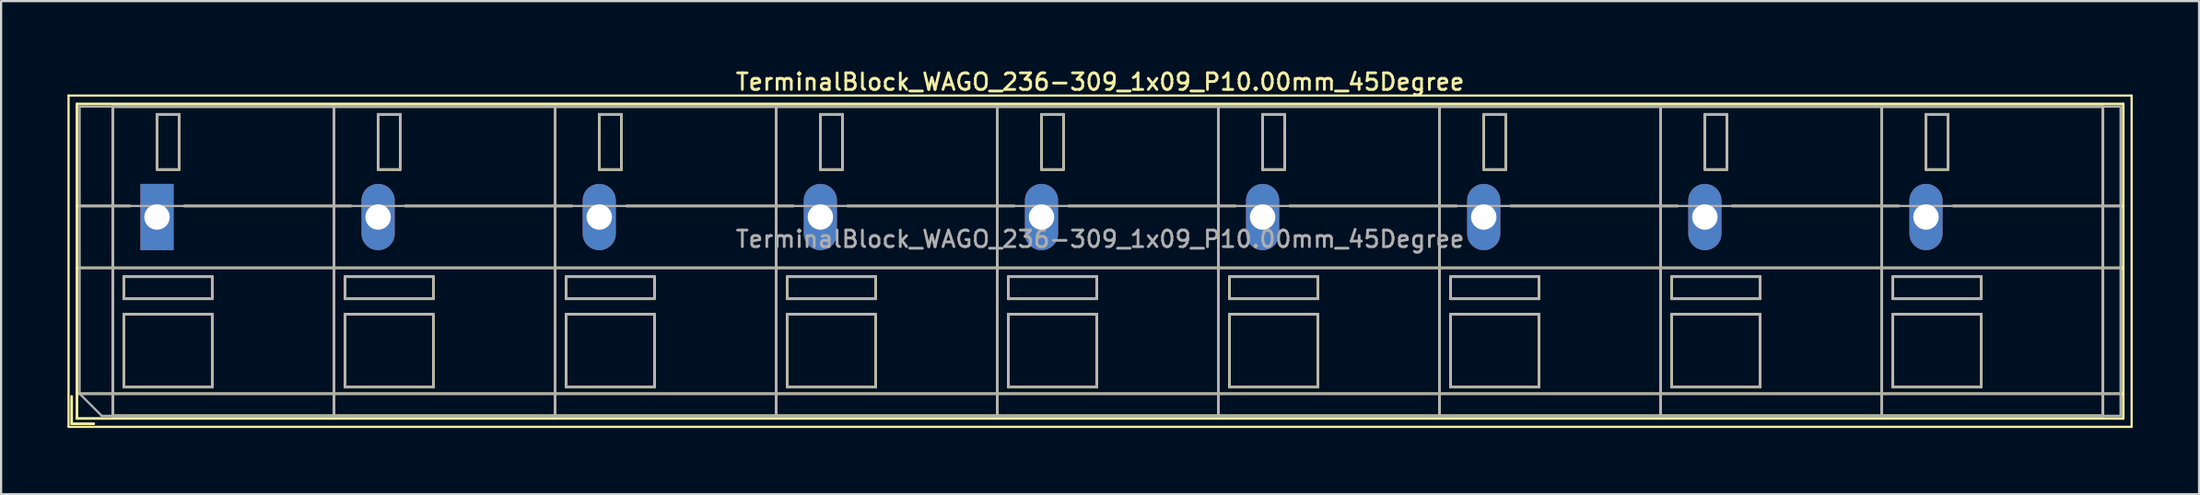
<source format=kicad_pcb>
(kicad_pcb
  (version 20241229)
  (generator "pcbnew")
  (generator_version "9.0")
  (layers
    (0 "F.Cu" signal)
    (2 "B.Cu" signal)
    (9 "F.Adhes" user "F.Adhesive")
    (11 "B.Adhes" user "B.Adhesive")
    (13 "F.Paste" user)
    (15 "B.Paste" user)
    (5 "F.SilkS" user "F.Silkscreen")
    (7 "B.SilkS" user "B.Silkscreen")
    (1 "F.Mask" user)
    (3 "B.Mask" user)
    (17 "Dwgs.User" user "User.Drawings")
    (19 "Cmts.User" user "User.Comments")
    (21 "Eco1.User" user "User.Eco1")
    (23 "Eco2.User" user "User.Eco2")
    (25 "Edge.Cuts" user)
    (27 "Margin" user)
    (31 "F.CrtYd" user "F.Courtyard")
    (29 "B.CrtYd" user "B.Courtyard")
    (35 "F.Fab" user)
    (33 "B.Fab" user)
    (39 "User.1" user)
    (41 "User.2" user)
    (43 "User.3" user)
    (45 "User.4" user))
  (footprint "TerminalBlock_WAGO_236-309_1x09_P10.00mm_45Degree"
    (layer "F.Cu")
    (at 4.05 6.778)
    (property "Reference" "TerminalBlock_WAGO_236-309_1x09_P10.00mm_45Degree" (at 42.65 -6.12 0) (layer "F.SilkS") (effects (font (size 0.75 0.75) (thickness 0.125))))
    (attr through_hole)
    (fp_line (start -4 -5.5) (end -4 9.5) (stroke (width 0.1) (type solid)) (layer "F.SilkS"))
    (fp_line (start -4 9.5) (end 89.3 9.5) (stroke (width 0.1) (type solid)) (layer "F.SilkS"))
    (fp_line (start -3.86 8.12) (end -3.86 9.36) (stroke (width 0.12) (type solid)) (layer "F.SilkS"))
    (fp_line (start -3.86 9.36) (end -2.86 9.36) (stroke (width 0.12) (type solid)) (layer "F.SilkS"))
    (fp_line (start -3.62 -5.12) (end -3.62 9.12) (stroke (width 0.12) (type solid)) (layer "F.SilkS"))
    (fp_line (start -3.62 -5.12) (end 88.92 -5.12) (stroke (width 0.12) (type solid)) (layer "F.SilkS"))
    (fp_line (start -3.62 -0.5) (end -1.23 -0.5) (stroke (width 0.12) (type solid)) (layer "F.SilkS"))
    (fp_line (start -3.62 2.3) (end 88.92 2.3) (stroke (width 0.12) (type solid)) (layer "F.SilkS"))
    (fp_line (start -3.62 8) (end 88.92 8) (stroke (width 0.12) (type solid)) (layer "F.SilkS"))
    (fp_line (start -3.62 9.12) (end 88.92 9.12) (stroke (width 0.12) (type solid)) (layer "F.SilkS"))
    (fp_line (start -2 -5) (end -2 9) (stroke (width 0.12) (type solid)) (layer "F.SilkS"))
    (fp_line (start -2 -5) (end 8 -5) (stroke (width 0.12) (type solid)) (layer "F.SilkS"))
    (fp_line (start -2 9) (end 8 9) (stroke (width 0.12) (type solid)) (layer "F.SilkS"))
    (fp_line (start -1.5 2.7) (end -1.5 3.7) (stroke (width 0.12) (type solid)) (layer "F.SilkS"))
    (fp_line (start -1.5 2.7) (end 2.5 2.7) (stroke (width 0.12) (type solid)) (layer "F.SilkS"))
    (fp_line (start -1.5 3.7) (end 2.5 3.7) (stroke (width 0.12) (type solid)) (layer "F.SilkS"))
    (fp_line (start -1.5 4.4) (end -1.5 7.7) (stroke (width 0.12) (type solid)) (layer "F.SilkS"))
    (fp_line (start -1.5 4.4) (end 2.5 4.4) (stroke (width 0.12) (type solid)) (layer "F.SilkS"))
    (fp_line (start -1.5 7.7) (end 2.5 7.7) (stroke (width 0.12) (type solid)) (layer "F.SilkS"))
    (fp_line (start 0 -4.65) (end 0 -2.151) (stroke (width 0.12) (type solid)) (layer "F.SilkS"))
    (fp_line (start 0 -4.65) (end 1 -4.65) (stroke (width 0.12) (type solid)) (layer "F.SilkS"))
    (fp_line (start 0 -2.151) (end 1 -2.151) (stroke (width 0.12) (type solid)) (layer "F.SilkS"))
    (fp_line (start 1 -4.65) (end 1 -2.151) (stroke (width 0.12) (type solid)) (layer "F.SilkS"))
    (fp_line (start 1.23 -0.5) (end 8.77 -0.5) (stroke (width 0.12) (type solid)) (layer "F.SilkS"))
    (fp_line (start 2.5 2.7) (end 2.5 3.7) (stroke (width 0.12) (type solid)) (layer "F.SilkS"))
    (fp_line (start 2.5 4.4) (end 2.5 7.7) (stroke (width 0.12) (type solid)) (layer "F.SilkS"))
    (fp_line (start 8 -5) (end 8 9) (stroke (width 0.12) (type solid)) (layer "F.SilkS"))
    (fp_line (start 8 -5) (end 8 9) (stroke (width 0.12) (type solid)) (layer "F.SilkS"))
    (fp_line (start 8 -5) (end 18 -5) (stroke (width 0.12) (type solid)) (layer "F.SilkS"))
    (fp_line (start 8 9) (end 18 9) (stroke (width 0.12) (type solid)) (layer "F.SilkS"))
    (fp_line (start 8.5 2.7) (end 8.5 3.7) (stroke (width 0.12) (type solid)) (layer "F.SilkS"))
    (fp_line (start 8.5 2.7) (end 12.5 2.7) (stroke (width 0.12) (type solid)) (layer "F.SilkS"))
    (fp_line (start 8.5 3.7) (end 12.5 3.7) (stroke (width 0.12) (type solid)) (layer "F.SilkS"))
    (fp_line (start 8.5 4.4) (end 8.5 7.7) (stroke (width 0.12) (type solid)) (layer "F.SilkS"))
    (fp_line (start 8.5 4.4) (end 12.5 4.4) (stroke (width 0.12) (type solid)) (layer "F.SilkS"))
    (fp_line (start 8.5 7.7) (end 12.5 7.7) (stroke (width 0.12) (type solid)) (layer "F.SilkS"))
    (fp_line (start 10 -4.65) (end 10 -2.151) (stroke (width 0.12) (type solid)) (layer "F.SilkS"))
    (fp_line (start 10 -4.65) (end 11 -4.65) (stroke (width 0.12) (type solid)) (layer "F.SilkS"))
    (fp_line (start 10 -2.151) (end 11 -2.151) (stroke (width 0.12) (type solid)) (layer "F.SilkS"))
    (fp_line (start 11 -4.65) (end 11 -2.151) (stroke (width 0.12) (type solid)) (layer "F.SilkS"))
    (fp_line (start 11.23 -0.5) (end 18.77 -0.5) (stroke (width 0.12) (type solid)) (layer "F.SilkS"))
    (fp_line (start 12.5 2.7) (end 12.5 3.7) (stroke (width 0.12) (type solid)) (layer "F.SilkS"))
    (fp_line (start 12.5 4.4) (end 12.5 7.7) (stroke (width 0.12) (type solid)) (layer "F.SilkS"))
    (fp_line (start 18 -5) (end 18 9) (stroke (width 0.12) (type solid)) (layer "F.SilkS"))
    (fp_line (start 18 -5) (end 18 9) (stroke (width 0.12) (type solid)) (layer "F.SilkS"))
    (fp_line (start 18 -5) (end 28 -5) (stroke (width 0.12) (type solid)) (layer "F.SilkS"))
    (fp_line (start 18 9) (end 28 9) (stroke (width 0.12) (type solid)) (layer "F.SilkS"))
    (fp_line (start 18.5 2.7) (end 18.5 3.7) (stroke (width 0.12) (type solid)) (layer "F.SilkS"))
    (fp_line (start 18.5 2.7) (end 22.5 2.7) (stroke (width 0.12) (type solid)) (layer "F.SilkS"))
    (fp_line (start 18.5 3.7) (end 22.5 3.7) (stroke (width 0.12) (type solid)) (layer "F.SilkS"))
    (fp_line (start 18.5 4.4) (end 18.5 7.7) (stroke (width 0.12) (type solid)) (layer "F.SilkS"))
    (fp_line (start 18.5 4.4) (end 22.5 4.4) (stroke (width 0.12) (type solid)) (layer "F.SilkS"))
    (fp_line (start 18.5 7.7) (end 22.5 7.7) (stroke (width 0.12) (type solid)) (layer "F.SilkS"))
    (fp_line (start 20 -4.65) (end 20 -2.151) (stroke (width 0.12) (type solid)) (layer "F.SilkS"))
    (fp_line (start 20 -4.65) (end 21 -4.65) (stroke (width 0.12) (type solid)) (layer "F.SilkS"))
    (fp_line (start 20 -2.151) (end 21 -2.151) (stroke (width 0.12) (type solid)) (layer "F.SilkS"))
    (fp_line (start 21 -4.65) (end 21 -2.151) (stroke (width 0.12) (type solid)) (layer "F.SilkS"))
    (fp_line (start 21.23 -0.5) (end 28.77 -0.5) (stroke (width 0.12) (type solid)) (layer "F.SilkS"))
    (fp_line (start 22.5 2.7) (end 22.5 3.7) (stroke (width 0.12) (type solid)) (layer "F.SilkS"))
    (fp_line (start 22.5 4.4) (end 22.5 7.7) (stroke (width 0.12) (type solid)) (layer "F.SilkS"))
    (fp_line (start 28 -5) (end 28 9) (stroke (width 0.12) (type solid)) (layer "F.SilkS"))
    (fp_line (start 28 -5) (end 28 9) (stroke (width 0.12) (type solid)) (layer "F.SilkS"))
    (fp_line (start 28 -5) (end 38 -5) (stroke (width 0.12) (type solid)) (layer "F.SilkS"))
    (fp_line (start 28 9) (end 38 9) (stroke (width 0.12) (type solid)) (layer "F.SilkS"))
    (fp_line (start 28.5 2.7) (end 28.5 3.7) (stroke (width 0.12) (type solid)) (layer "F.SilkS"))
    (fp_line (start 28.5 2.7) (end 32.5 2.7) (stroke (width 0.12) (type solid)) (layer "F.SilkS"))
    (fp_line (start 28.5 3.7) (end 32.5 3.7) (stroke (width 0.12) (type solid)) (layer "F.SilkS"))
    (fp_line (start 28.5 4.4) (end 28.5 7.7) (stroke (width 0.12) (type solid)) (layer "F.SilkS"))
    (fp_line (start 28.5 4.4) (end 32.5 4.4) (stroke (width 0.12) (type solid)) (layer "F.SilkS"))
    (fp_line (start 28.5 7.7) (end 32.5 7.7) (stroke (width 0.12) (type solid)) (layer "F.SilkS"))
    (fp_line (start 30 -4.65) (end 30 -2.151) (stroke (width 0.12) (type solid)) (layer "F.SilkS"))
    (fp_line (start 30 -4.65) (end 31 -4.65) (stroke (width 0.12) (type solid)) (layer "F.SilkS"))
    (fp_line (start 30 -2.151) (end 31 -2.151) (stroke (width 0.12) (type solid)) (layer "F.SilkS"))
    (fp_line (start 31 -4.65) (end 31 -2.151) (stroke (width 0.12) (type solid)) (layer "F.SilkS"))
    (fp_line (start 31.23 -0.5) (end 38.77 -0.5) (stroke (width 0.12) (type solid)) (layer "F.SilkS"))
    (fp_line (start 32.5 2.7) (end 32.5 3.7) (stroke (width 0.12) (type solid)) (layer "F.SilkS"))
    (fp_line (start 32.5 4.4) (end 32.5 7.7) (stroke (width 0.12) (type solid)) (layer "F.SilkS"))
    (fp_line (start 38 -5) (end 38 9) (stroke (width 0.12) (type solid)) (layer "F.SilkS"))
    (fp_line (start 38 -5) (end 38 9) (stroke (width 0.12) (type solid)) (layer "F.SilkS"))
    (fp_line (start 38 -5) (end 48 -5) (stroke (width 0.12) (type solid)) (layer "F.SilkS"))
    (fp_line (start 38 9) (end 48 9) (stroke (width 0.12) (type solid)) (layer "F.SilkS"))
    (fp_line (start 38.5 2.7) (end 38.5 3.7) (stroke (width 0.12) (type solid)) (layer "F.SilkS"))
    (fp_line (start 38.5 2.7) (end 42.5 2.7) (stroke (width 0.12) (type solid)) (layer "F.SilkS"))
    (fp_line (start 38.5 3.7) (end 42.5 3.7) (stroke (width 0.12) (type solid)) (layer "F.SilkS"))
    (fp_line (start 38.5 4.4) (end 38.5 7.7) (stroke (width 0.12) (type solid)) (layer "F.SilkS"))
    (fp_line (start 38.5 4.4) (end 42.5 4.4) (stroke (width 0.12) (type solid)) (layer "F.SilkS"))
    (fp_line (start 38.5 7.7) (end 42.5 7.7) (stroke (width 0.12) (type solid)) (layer "F.SilkS"))
    (fp_line (start 40 -4.65) (end 40 -2.151) (stroke (width 0.12) (type solid)) (layer "F.SilkS"))
    (fp_line (start 40 -4.65) (end 41 -4.65) (stroke (width 0.12) (type solid)) (layer "F.SilkS"))
    (fp_line (start 40 -2.151) (end 41 -2.151) (stroke (width 0.12) (type solid)) (layer "F.SilkS"))
    (fp_line (start 41 -4.65) (end 41 -2.151) (stroke (width 0.12) (type solid)) (layer "F.SilkS"))
    (fp_line (start 41.23 -0.5) (end 48.77 -0.5) (stroke (width 0.12) (type solid)) (layer "F.SilkS"))
    (fp_line (start 42.5 2.7) (end 42.5 3.7) (stroke (width 0.12) (type solid)) (layer "F.SilkS"))
    (fp_line (start 42.5 4.4) (end 42.5 7.7) (stroke (width 0.12) (type solid)) (layer "F.SilkS"))
    (fp_line (start 48 -5) (end 48 9) (stroke (width 0.12) (type solid)) (layer "F.SilkS"))
    (fp_line (start 48 -5) (end 48 9) (stroke (width 0.12) (type solid)) (layer "F.SilkS"))
    (fp_line (start 48 -5) (end 58 -5) (stroke (width 0.12) (type solid)) (layer "F.SilkS"))
    (fp_line (start 48 9) (end 58 9) (stroke (width 0.12) (type solid)) (layer "F.SilkS"))
    (fp_line (start 48.5 2.7) (end 48.5 3.7) (stroke (width 0.12) (type solid)) (layer "F.SilkS"))
    (fp_line (start 48.5 2.7) (end 52.5 2.7) (stroke (width 0.12) (type solid)) (layer "F.SilkS"))
    (fp_line (start 48.5 3.7) (end 52.5 3.7) (stroke (width 0.12) (type solid)) (layer "F.SilkS"))
    (fp_line (start 48.5 4.4) (end 48.5 7.7) (stroke (width 0.12) (type solid)) (layer "F.SilkS"))
    (fp_line (start 48.5 4.4) (end 52.5 4.4) (stroke (width 0.12) (type solid)) (layer "F.SilkS"))
    (fp_line (start 48.5 7.7) (end 52.5 7.7) (stroke (width 0.12) (type solid)) (layer "F.SilkS"))
    (fp_line (start 50 -4.65) (end 50 -2.151) (stroke (width 0.12) (type solid)) (layer "F.SilkS"))
    (fp_line (start 50 -4.65) (end 51 -4.65) (stroke (width 0.12) (type solid)) (layer "F.SilkS"))
    (fp_line (start 50 -2.151) (end 51 -2.151) (stroke (width 0.12) (type solid)) (layer "F.SilkS"))
    (fp_line (start 51 -4.65) (end 51 -2.151) (stroke (width 0.12) (type solid)) (layer "F.SilkS"))
    (fp_line (start 51.23 -0.5) (end 58.77 -0.5) (stroke (width 0.12) (type solid)) (layer "F.SilkS"))
    (fp_line (start 52.5 2.7) (end 52.5 3.7) (stroke (width 0.12) (type solid)) (layer "F.SilkS"))
    (fp_line (start 52.5 4.4) (end 52.5 7.7) (stroke (width 0.12) (type solid)) (layer "F.SilkS"))
    (fp_line (start 58 -5) (end 58 9) (stroke (width 0.12) (type solid)) (layer "F.SilkS"))
    (fp_line (start 58 -5) (end 58 9) (stroke (width 0.12) (type solid)) (layer "F.SilkS"))
    (fp_line (start 58 -5) (end 68 -5) (stroke (width 0.12) (type solid)) (layer "F.SilkS"))
    (fp_line (start 58 9) (end 68 9) (stroke (width 0.12) (type solid)) (layer "F.SilkS"))
    (fp_line (start 58.5 2.7) (end 58.5 3.7) (stroke (width 0.12) (type solid)) (layer "F.SilkS"))
    (fp_line (start 58.5 2.7) (end 62.5 2.7) (stroke (width 0.12) (type solid)) (layer "F.SilkS"))
    (fp_line (start 58.5 3.7) (end 62.5 3.7) (stroke (width 0.12) (type solid)) (layer "F.SilkS"))
    (fp_line (start 58.5 4.4) (end 58.5 7.7) (stroke (width 0.12) (type solid)) (layer "F.SilkS"))
    (fp_line (start 58.5 4.4) (end 62.5 4.4) (stroke (width 0.12) (type solid)) (layer "F.SilkS"))
    (fp_line (start 58.5 7.7) (end 62.5 7.7) (stroke (width 0.12) (type solid)) (layer "F.SilkS"))
    (fp_line (start 60 -4.65) (end 60 -2.151) (stroke (width 0.12) (type solid)) (layer "F.SilkS"))
    (fp_line (start 60 -4.65) (end 61 -4.65) (stroke (width 0.12) (type solid)) (layer "F.SilkS"))
    (fp_line (start 60 -2.151) (end 61 -2.151) (stroke (width 0.12) (type solid)) (layer "F.SilkS"))
    (fp_line (start 61 -4.65) (end 61 -2.151) (stroke (width 0.12) (type solid)) (layer "F.SilkS"))
    (fp_line (start 61.23 -0.5) (end 68.77 -0.5) (stroke (width 0.12) (type solid)) (layer "F.SilkS"))
    (fp_line (start 62.5 2.7) (end 62.5 3.7) (stroke (width 0.12) (type solid)) (layer "F.SilkS"))
    (fp_line (start 62.5 4.4) (end 62.5 7.7) (stroke (width 0.12) (type solid)) (layer "F.SilkS"))
    (fp_line (start 68 -5) (end 68 9) (stroke (width 0.12) (type solid)) (layer "F.SilkS"))
    (fp_line (start 68 -5) (end 68 9) (stroke (width 0.12) (type solid)) (layer "F.SilkS"))
    (fp_line (start 68 -5) (end 78 -5) (stroke (width 0.12) (type solid)) (layer "F.SilkS"))
    (fp_line (start 68 9) (end 78 9) (stroke (width 0.12) (type solid)) (layer "F.SilkS"))
    (fp_line (start 68.5 2.7) (end 68.5 3.7) (stroke (width 0.12) (type solid)) (layer "F.SilkS"))
    (fp_line (start 68.5 2.7) (end 72.5 2.7) (stroke (width 0.12) (type solid)) (layer "F.SilkS"))
    (fp_line (start 68.5 3.7) (end 72.5 3.7) (stroke (width 0.12) (type solid)) (layer "F.SilkS"))
    (fp_line (start 68.5 4.4) (end 68.5 7.7) (stroke (width 0.12) (type solid)) (layer "F.SilkS"))
    (fp_line (start 68.5 4.4) (end 72.5 4.4) (stroke (width 0.12) (type solid)) (layer "F.SilkS"))
    (fp_line (start 68.5 7.7) (end 72.5 7.7) (stroke (width 0.12) (type solid)) (layer "F.SilkS"))
    (fp_line (start 70 -4.65) (end 70 -2.151) (stroke (width 0.12) (type solid)) (layer "F.SilkS"))
    (fp_line (start 70 -4.65) (end 71 -4.65) (stroke (width 0.12) (type solid)) (layer "F.SilkS"))
    (fp_line (start 70 -2.151) (end 71 -2.151) (stroke (width 0.12) (type solid)) (layer "F.SilkS"))
    (fp_line (start 71 -4.65) (end 71 -2.151) (stroke (width 0.12) (type solid)) (layer "F.SilkS"))
    (fp_line (start 71.23 -0.5) (end 78.77 -0.5) (stroke (width 0.12) (type solid)) (layer "F.SilkS"))
    (fp_line (start 72.5 2.7) (end 72.5 3.7) (stroke (width 0.12) (type solid)) (layer "F.SilkS"))
    (fp_line (start 72.5 4.4) (end 72.5 7.7) (stroke (width 0.12) (type solid)) (layer "F.SilkS"))
    (fp_line (start 78 -5) (end 78 9) (stroke (width 0.12) (type solid)) (layer "F.SilkS"))
    (fp_line (start 78 -5) (end 78 9) (stroke (width 0.12) (type solid)) (layer "F.SilkS"))
    (fp_line (start 78 -5) (end 88 -5) (stroke (width 0.12) (type solid)) (layer "F.SilkS"))
    (fp_line (start 78 9) (end 88 9) (stroke (width 0.12) (type solid)) (layer "F.SilkS"))
    (fp_line (start 78.5 2.7) (end 78.5 3.7) (stroke (width 0.12) (type solid)) (layer "F.SilkS"))
    (fp_line (start 78.5 2.7) (end 82.5 2.7) (stroke (width 0.12) (type solid)) (layer "F.SilkS"))
    (fp_line (start 78.5 3.7) (end 82.5 3.7) (stroke (width 0.12) (type solid)) (layer "F.SilkS"))
    (fp_line (start 78.5 4.4) (end 78.5 7.7) (stroke (width 0.12) (type solid)) (layer "F.SilkS"))
    (fp_line (start 78.5 4.4) (end 82.5 4.4) (stroke (width 0.12) (type solid)) (layer "F.SilkS"))
    (fp_line (start 78.5 7.7) (end 82.5 7.7) (stroke (width 0.12) (type solid)) (layer "F.SilkS"))
    (fp_line (start 80 -4.65) (end 80 -2.151) (stroke (width 0.12) (type solid)) (layer "F.SilkS"))
    (fp_line (start 80 -4.65) (end 81 -4.65) (stroke (width 0.12) (type solid)) (layer "F.SilkS"))
    (fp_line (start 80 -2.151) (end 81 -2.151) (stroke (width 0.12) (type solid)) (layer "F.SilkS"))
    (fp_line (start 81 -4.65) (end 81 -2.151) (stroke (width 0.12) (type solid)) (layer "F.SilkS"))
    (fp_line (start 81.23 -0.5) (end 88.92 -0.5) (stroke (width 0.12) (type solid)) (layer "F.SilkS"))
    (fp_line (start 82.5 2.7) (end 82.5 3.7) (stroke (width 0.12) (type solid)) (layer "F.SilkS"))
    (fp_line (start 82.5 4.4) (end 82.5 7.7) (stroke (width 0.12) (type solid)) (layer "F.SilkS"))
    (fp_line (start 88 -5) (end 88 9) (stroke (width 0.12) (type solid)) (layer "F.SilkS"))
    (fp_line (start 88.92 -5.12) (end 88.92 9.12) (stroke (width 0.12) (type solid)) (layer "F.SilkS"))
    (fp_line (start 89.3 -5.5) (end -4 -5.5) (stroke (width 0.1) (type solid)) (layer "F.SilkS"))
    (fp_line (start 89.3 9.5) (end 89.3 -5.5) (stroke (width 0.1) (type solid)) (layer "F.SilkS"))
    (fp_line (start -3.5 -5) (end 88.8 -5) (stroke (width 0.1) (type solid)) (layer "F.Fab"))
    (fp_line (start -3.5 -0.5) (end 88.8 -0.5) (stroke (width 0.1) (type solid)) (layer "F.Fab"))
    (fp_line (start -3.5 2.3) (end 88.8 2.3) (stroke (width 0.1) (type solid)) (layer "F.Fab"))
    (fp_line (start -3.5 8) (end -3.5 -5) (stroke (width 0.1) (type solid)) (layer "F.Fab"))
    (fp_line (start -3.5 8) (end 88.8 8) (stroke (width 0.1) (type solid)) (layer "F.Fab"))
    (fp_line (start -2.5 9) (end -3.5 8) (stroke (width 0.1) (type solid)) (layer "F.Fab"))
    (fp_line (start -2 -5) (end -2 9) (stroke (width 0.1) (type solid)) (layer "F.Fab"))
    (fp_line (start -2 9) (end 8 9) (stroke (width 0.1) (type solid)) (layer "F.Fab"))
    (fp_line (start -1.5 2.7) (end -1.5 3.7) (stroke (width 0.1) (type solid)) (layer "F.Fab"))
    (fp_line (start -1.5 3.7) (end 2.5 3.7) (stroke (width 0.1) (type solid)) (layer "F.Fab"))
    (fp_line (start -1.5 4.4) (end -1.5 7.7) (stroke (width 0.1) (type solid)) (layer "F.Fab"))
    (fp_line (start -1.5 7.7) (end 2.5 7.7) (stroke (width 0.1) (type solid)) (layer "F.Fab"))
    (fp_line (start 0 -4.65) (end 0 -2.15) (stroke (width 0.1) (type solid)) (layer "F.Fab"))
    (fp_line (start 0 -2.15) (end 1 -2.15) (stroke (width 0.1) (type solid)) (layer "F.Fab"))
    (fp_line (start 1 -4.65) (end 0 -4.65) (stroke (width 0.1) (type solid)) (layer "F.Fab"))
    (fp_line (start 1 -2.15) (end 1 -4.65) (stroke (width 0.1) (type solid)) (layer "F.Fab"))
    (fp_line (start 2.5 2.7) (end -1.5 2.7) (stroke (width 0.1) (type solid)) (layer "F.Fab"))
    (fp_line (start 2.5 3.7) (end 2.5 2.7) (stroke (width 0.1) (type solid)) (layer "F.Fab"))
    (fp_line (start 2.5 4.4) (end -1.5 4.4) (stroke (width 0.1) (type solid)) (layer "F.Fab"))
    (fp_line (start 2.5 7.7) (end 2.5 4.4) (stroke (width 0.1) (type solid)) (layer "F.Fab"))
    (fp_line (start 8 -5) (end -2 -5) (stroke (width 0.1) (type solid)) (layer "F.Fab"))
    (fp_line (start 8 -5) (end 8 9) (stroke (width 0.1) (type solid)) (layer "F.Fab"))
    (fp_line (start 8 9) (end 8 -5) (stroke (width 0.1) (type solid)) (layer "F.Fab"))
    (fp_line (start 8 9) (end 18 9) (stroke (width 0.1) (type solid)) (layer "F.Fab"))
    (fp_line (start 8.5 2.7) (end 8.5 3.7) (stroke (width 0.1) (type solid)) (layer "F.Fab"))
    (fp_line (start 8.5 3.7) (end 12.5 3.7) (stroke (width 0.1) (type solid)) (layer "F.Fab"))
    (fp_line (start 8.5 4.4) (end 8.5 7.7) (stroke (width 0.1) (type solid)) (layer "F.Fab"))
    (fp_line (start 8.5 7.7) (end 12.5 7.7) (stroke (width 0.1) (type solid)) (layer "F.Fab"))
    (fp_line (start 10 -4.65) (end 10 -2.15) (stroke (width 0.1) (type solid)) (layer "F.Fab"))
    (fp_line (start 10 -2.15) (end 11 -2.15) (stroke (width 0.1) (type solid)) (layer "F.Fab"))
    (fp_line (start 11 -4.65) (end 10 -4.65) (stroke (width 0.1) (type solid)) (layer "F.Fab"))
    (fp_line (start 11 -2.15) (end 11 -4.65) (stroke (width 0.1) (type solid)) (layer "F.Fab"))
    (fp_line (start 12.5 2.7) (end 8.5 2.7) (stroke (width 0.1) (type solid)) (layer "F.Fab"))
    (fp_line (start 12.5 3.7) (end 12.5 2.7) (stroke (width 0.1) (type solid)) (layer "F.Fab"))
    (fp_line (start 12.5 4.4) (end 8.5 4.4) (stroke (width 0.1) (type solid)) (layer "F.Fab"))
    (fp_line (start 12.5 7.7) (end 12.5 4.4) (stroke (width 0.1) (type solid)) (layer "F.Fab"))
    (fp_line (start 18 -5) (end 8 -5) (stroke (width 0.1) (type solid)) (layer "F.Fab"))
    (fp_line (start 18 -5) (end 18 9) (stroke (width 0.1) (type solid)) (layer "F.Fab"))
    (fp_line (start 18 9) (end 18 -5) (stroke (width 0.1) (type solid)) (layer "F.Fab"))
    (fp_line (start 18 9) (end 28 9) (stroke (width 0.1) (type solid)) (layer "F.Fab"))
    (fp_line (start 18.5 2.7) (end 18.5 3.7) (stroke (width 0.1) (type solid)) (layer "F.Fab"))
    (fp_line (start 18.5 3.7) (end 22.5 3.7) (stroke (width 0.1) (type solid)) (layer "F.Fab"))
    (fp_line (start 18.5 4.4) (end 18.5 7.7) (stroke (width 0.1) (type solid)) (layer "F.Fab"))
    (fp_line (start 18.5 7.7) (end 22.5 7.7) (stroke (width 0.1) (type solid)) (layer "F.Fab"))
    (fp_line (start 20 -4.65) (end 20 -2.15) (stroke (width 0.1) (type solid)) (layer "F.Fab"))
    (fp_line (start 20 -2.15) (end 21 -2.15) (stroke (width 0.1) (type solid)) (layer "F.Fab"))
    (fp_line (start 21 -4.65) (end 20 -4.65) (stroke (width 0.1) (type solid)) (layer "F.Fab"))
    (fp_line (start 21 -2.15) (end 21 -4.65) (stroke (width 0.1) (type solid)) (layer "F.Fab"))
    (fp_line (start 22.5 2.7) (end 18.5 2.7) (stroke (width 0.1) (type solid)) (layer "F.Fab"))
    (fp_line (start 22.5 3.7) (end 22.5 2.7) (stroke (width 0.1) (type solid)) (layer "F.Fab"))
    (fp_line (start 22.5 4.4) (end 18.5 4.4) (stroke (width 0.1) (type solid)) (layer "F.Fab"))
    (fp_line (start 22.5 7.7) (end 22.5 4.4) (stroke (width 0.1) (type solid)) (layer "F.Fab"))
    (fp_line (start 28 -5) (end 18 -5) (stroke (width 0.1) (type solid)) (layer "F.Fab"))
    (fp_line (start 28 -5) (end 28 9) (stroke (width 0.1) (type solid)) (layer "F.Fab"))
    (fp_line (start 28 9) (end 28 -5) (stroke (width 0.1) (type solid)) (layer "F.Fab"))
    (fp_line (start 28 9) (end 38 9) (stroke (width 0.1) (type solid)) (layer "F.Fab"))
    (fp_line (start 28.5 2.7) (end 28.5 3.7) (stroke (width 0.1) (type solid)) (layer "F.Fab"))
    (fp_line (start 28.5 3.7) (end 32.5 3.7) (stroke (width 0.1) (type solid)) (layer "F.Fab"))
    (fp_line (start 28.5 4.4) (end 28.5 7.7) (stroke (width 0.1) (type solid)) (layer "F.Fab"))
    (fp_line (start 28.5 7.7) (end 32.5 7.7) (stroke (width 0.1) (type solid)) (layer "F.Fab"))
    (fp_line (start 30 -4.65) (end 30 -2.15) (stroke (width 0.1) (type solid)) (layer "F.Fab"))
    (fp_line (start 30 -2.15) (end 31 -2.15) (stroke (width 0.1) (type solid)) (layer "F.Fab"))
    (fp_line (start 31 -4.65) (end 30 -4.65) (stroke (width 0.1) (type solid)) (layer "F.Fab"))
    (fp_line (start 31 -2.15) (end 31 -4.65) (stroke (width 0.1) (type solid)) (layer "F.Fab"))
    (fp_line (start 32.5 2.7) (end 28.5 2.7) (stroke (width 0.1) (type solid)) (layer "F.Fab"))
    (fp_line (start 32.5 3.7) (end 32.5 2.7) (stroke (width 0.1) (type solid)) (layer "F.Fab"))
    (fp_line (start 32.5 4.4) (end 28.5 4.4) (stroke (width 0.1) (type solid)) (layer "F.Fab"))
    (fp_line (start 32.5 7.7) (end 32.5 4.4) (stroke (width 0.1) (type solid)) (layer "F.Fab"))
    (fp_line (start 38 -5) (end 28 -5) (stroke (width 0.1) (type solid)) (layer "F.Fab"))
    (fp_line (start 38 -5) (end 38 9) (stroke (width 0.1) (type solid)) (layer "F.Fab"))
    (fp_line (start 38 9) (end 38 -5) (stroke (width 0.1) (type solid)) (layer "F.Fab"))
    (fp_line (start 38 9) (end 48 9) (stroke (width 0.1) (type solid)) (layer "F.Fab"))
    (fp_line (start 38.5 2.7) (end 38.5 3.7) (stroke (width 0.1) (type solid)) (layer "F.Fab"))
    (fp_line (start 38.5 3.7) (end 42.5 3.7) (stroke (width 0.1) (type solid)) (layer "F.Fab"))
    (fp_line (start 38.5 4.4) (end 38.5 7.7) (stroke (width 0.1) (type solid)) (layer "F.Fab"))
    (fp_line (start 38.5 7.7) (end 42.5 7.7) (stroke (width 0.1) (type solid)) (layer "F.Fab"))
    (fp_line (start 40 -4.65) (end 40 -2.15) (stroke (width 0.1) (type solid)) (layer "F.Fab"))
    (fp_line (start 40 -2.15) (end 41 -2.15) (stroke (width 0.1) (type solid)) (layer "F.Fab"))
    (fp_line (start 41 -4.65) (end 40 -4.65) (stroke (width 0.1) (type solid)) (layer "F.Fab"))
    (fp_line (start 41 -2.15) (end 41 -4.65) (stroke (width 0.1) (type solid)) (layer "F.Fab"))
    (fp_line (start 42.5 2.7) (end 38.5 2.7) (stroke (width 0.1) (type solid)) (layer "F.Fab"))
    (fp_line (start 42.5 3.7) (end 42.5 2.7) (stroke (width 0.1) (type solid)) (layer "F.Fab"))
    (fp_line (start 42.5 4.4) (end 38.5 4.4) (stroke (width 0.1) (type solid)) (layer "F.Fab"))
    (fp_line (start 42.5 7.7) (end 42.5 4.4) (stroke (width 0.1) (type solid)) (layer "F.Fab"))
    (fp_line (start 48 -5) (end 38 -5) (stroke (width 0.1) (type solid)) (layer "F.Fab"))
    (fp_line (start 48 -5) (end 48 9) (stroke (width 0.1) (type solid)) (layer "F.Fab"))
    (fp_line (start 48 9) (end 48 -5) (stroke (width 0.1) (type solid)) (layer "F.Fab"))
    (fp_line (start 48 9) (end 58 9) (stroke (width 0.1) (type solid)) (layer "F.Fab"))
    (fp_line (start 48.5 2.7) (end 48.5 3.7) (stroke (width 0.1) (type solid)) (layer "F.Fab"))
    (fp_line (start 48.5 3.7) (end 52.5 3.7) (stroke (width 0.1) (type solid)) (layer "F.Fab"))
    (fp_line (start 48.5 4.4) (end 48.5 7.7) (stroke (width 0.1) (type solid)) (layer "F.Fab"))
    (fp_line (start 48.5 7.7) (end 52.5 7.7) (stroke (width 0.1) (type solid)) (layer "F.Fab"))
    (fp_line (start 50 -4.65) (end 50 -2.15) (stroke (width 0.1) (type solid)) (layer "F.Fab"))
    (fp_line (start 50 -2.15) (end 51 -2.15) (stroke (width 0.1) (type solid)) (layer "F.Fab"))
    (fp_line (start 51 -4.65) (end 50 -4.65) (stroke (width 0.1) (type solid)) (layer "F.Fab"))
    (fp_line (start 51 -2.15) (end 51 -4.65) (stroke (width 0.1) (type solid)) (layer "F.Fab"))
    (fp_line (start 52.5 2.7) (end 48.5 2.7) (stroke (width 0.1) (type solid)) (layer "F.Fab"))
    (fp_line (start 52.5 3.7) (end 52.5 2.7) (stroke (width 0.1) (type solid)) (layer "F.Fab"))
    (fp_line (start 52.5 4.4) (end 48.5 4.4) (stroke (width 0.1) (type solid)) (layer "F.Fab"))
    (fp_line (start 52.5 7.7) (end 52.5 4.4) (stroke (width 0.1) (type solid)) (layer "F.Fab"))
    (fp_line (start 58 -5) (end 48 -5) (stroke (width 0.1) (type solid)) (layer "F.Fab"))
    (fp_line (start 58 -5) (end 58 9) (stroke (width 0.1) (type solid)) (layer "F.Fab"))
    (fp_line (start 58 9) (end 58 -5) (stroke (width 0.1) (type solid)) (layer "F.Fab"))
    (fp_line (start 58 9) (end 68 9) (stroke (width 0.1) (type solid)) (layer "F.Fab"))
    (fp_line (start 58.5 2.7) (end 58.5 3.7) (stroke (width 0.1) (type solid)) (layer "F.Fab"))
    (fp_line (start 58.5 3.7) (end 62.5 3.7) (stroke (width 0.1) (type solid)) (layer "F.Fab"))
    (fp_line (start 58.5 4.4) (end 58.5 7.7) (stroke (width 0.1) (type solid)) (layer "F.Fab"))
    (fp_line (start 58.5 7.7) (end 62.5 7.7) (stroke (width 0.1) (type solid)) (layer "F.Fab"))
    (fp_line (start 60 -4.65) (end 60 -2.15) (stroke (width 0.1) (type solid)) (layer "F.Fab"))
    (fp_line (start 60 -2.15) (end 61 -2.15) (stroke (width 0.1) (type solid)) (layer "F.Fab"))
    (fp_line (start 61 -4.65) (end 60 -4.65) (stroke (width 0.1) (type solid)) (layer "F.Fab"))
    (fp_line (start 61 -2.15) (end 61 -4.65) (stroke (width 0.1) (type solid)) (layer "F.Fab"))
    (fp_line (start 62.5 2.7) (end 58.5 2.7) (stroke (width 0.1) (type solid)) (layer "F.Fab"))
    (fp_line (start 62.5 3.7) (end 62.5 2.7) (stroke (width 0.1) (type solid)) (layer "F.Fab"))
    (fp_line (start 62.5 4.4) (end 58.5 4.4) (stroke (width 0.1) (type solid)) (layer "F.Fab"))
    (fp_line (start 62.5 7.7) (end 62.5 4.4) (stroke (width 0.1) (type solid)) (layer "F.Fab"))
    (fp_line (start 68 -5) (end 58 -5) (stroke (width 0.1) (type solid)) (layer "F.Fab"))
    (fp_line (start 68 -5) (end 68 9) (stroke (width 0.1) (type solid)) (layer "F.Fab"))
    (fp_line (start 68 9) (end 68 -5) (stroke (width 0.1) (type solid)) (layer "F.Fab"))
    (fp_line (start 68 9) (end 78 9) (stroke (width 0.1) (type solid)) (layer "F.Fab"))
    (fp_line (start 68.5 2.7) (end 68.5 3.7) (stroke (width 0.1) (type solid)) (layer "F.Fab"))
    (fp_line (start 68.5 3.7) (end 72.5 3.7) (stroke (width 0.1) (type solid)) (layer "F.Fab"))
    (fp_line (start 68.5 4.4) (end 68.5 7.7) (stroke (width 0.1) (type solid)) (layer "F.Fab"))
    (fp_line (start 68.5 7.7) (end 72.5 7.7) (stroke (width 0.1) (type solid)) (layer "F.Fab"))
    (fp_line (start 70 -4.65) (end 70 -2.15) (stroke (width 0.1) (type solid)) (layer "F.Fab"))
    (fp_line (start 70 -2.15) (end 71 -2.15) (stroke (width 0.1) (type solid)) (layer "F.Fab"))
    (fp_line (start 71 -4.65) (end 70 -4.65) (stroke (width 0.1) (type solid)) (layer "F.Fab"))
    (fp_line (start 71 -2.15) (end 71 -4.65) (stroke (width 0.1) (type solid)) (layer "F.Fab"))
    (fp_line (start 72.5 2.7) (end 68.5 2.7) (stroke (width 0.1) (type solid)) (layer "F.Fab"))
    (fp_line (start 72.5 3.7) (end 72.5 2.7) (stroke (width 0.1) (type solid)) (layer "F.Fab"))
    (fp_line (start 72.5 4.4) (end 68.5 4.4) (stroke (width 0.1) (type solid)) (layer "F.Fab"))
    (fp_line (start 72.5 7.7) (end 72.5 4.4) (stroke (width 0.1) (type solid)) (layer "F.Fab"))
    (fp_line (start 78 -5) (end 68 -5) (stroke (width 0.1) (type solid)) (layer "F.Fab"))
    (fp_line (start 78 -5) (end 78 9) (stroke (width 0.1) (type solid)) (layer "F.Fab"))
    (fp_line (start 78 9) (end 78 -5) (stroke (width 0.1) (type solid)) (layer "F.Fab"))
    (fp_line (start 78 9) (end 88 9) (stroke (width 0.1) (type solid)) (layer "F.Fab"))
    (fp_line (start 78.5 2.7) (end 78.5 3.7) (stroke (width 0.1) (type solid)) (layer "F.Fab"))
    (fp_line (start 78.5 3.7) (end 82.5 3.7) (stroke (width 0.1) (type solid)) (layer "F.Fab"))
    (fp_line (start 78.5 4.4) (end 78.5 7.7) (stroke (width 0.1) (type solid)) (layer "F.Fab"))
    (fp_line (start 78.5 7.7) (end 82.5 7.7) (stroke (width 0.1) (type solid)) (layer "F.Fab"))
    (fp_line (start 80 -4.65) (end 80 -2.15) (stroke (width 0.1) (type solid)) (layer "F.Fab"))
    (fp_line (start 80 -2.15) (end 81 -2.15) (stroke (width 0.1) (type solid)) (layer "F.Fab"))
    (fp_line (start 81 -4.65) (end 80 -4.65) (stroke (width 0.1) (type solid)) (layer "F.Fab"))
    (fp_line (start 81 -2.15) (end 81 -4.65) (stroke (width 0.1) (type solid)) (layer "F.Fab"))
    (fp_line (start 82.5 2.7) (end 78.5 2.7) (stroke (width 0.1) (type solid)) (layer "F.Fab"))
    (fp_line (start 82.5 3.7) (end 82.5 2.7) (stroke (width 0.1) (type solid)) (layer "F.Fab"))
    (fp_line (start 82.5 4.4) (end 78.5 4.4) (stroke (width 0.1) (type solid)) (layer "F.Fab"))
    (fp_line (start 82.5 7.7) (end 82.5 4.4) (stroke (width 0.1) (type solid)) (layer "F.Fab"))
    (fp_line (start 88 -5) (end 78 -5) (stroke (width 0.1) (type solid)) (layer "F.Fab"))
    (fp_line (start 88 9) (end 88 -5) (stroke (width 0.1) (type solid)) (layer "F.Fab"))
    (fp_line (start 88.8 -5) (end 88.8 9) (stroke (width 0.1) (type solid)) (layer "F.Fab"))
    (fp_line (start 88.8 9) (end -2.5 9) (stroke (width 0.1) (type solid)) (layer "F.Fab"))
    (fp_text user "${REFERENCE}" (at 42.65 1 0) (layer "F.Fab") (effects (font (size 0.75 0.75) (thickness 0.125))))
    (pad "1" thru_hole rect (at 0 0) (size 1.5 3) (drill 1.15) (layers "*.Cu" "*.Mask"))
    (pad "2" thru_hole oval (at 10 0) (size 1.5 3) (drill 1.15) (layers "*.Cu" "*.Mask"))
    (pad "3" thru_hole oval (at 20 0) (size 1.5 3) (drill 1.15) (layers "*.Cu" "*.Mask"))
    (pad "4" thru_hole oval (at 30 0) (size 1.5 3) (drill 1.15) (layers "*.Cu" "*.Mask"))
    (pad "5" thru_hole oval (at 40 0) (size 1.5 3) (drill 1.15) (layers "*.Cu" "*.Mask"))
    (pad "6" thru_hole oval (at 50 0) (size 1.5 3) (drill 1.15) (layers "*.Cu" "*.Mask"))
    (pad "7" thru_hole oval (at 60 0) (size 1.5 3) (drill 1.15) (layers "*.Cu" "*.Mask"))
    (pad "8" thru_hole oval (at 70 0) (size 1.5 3) (drill 1.15) (layers "*.Cu" "*.Mask"))
    (pad "9" thru_hole oval (at 80 0) (size 1.5 3) (drill 1.15) (layers "*.Cu" "*.Mask")))
  (gr_rect
    (start -3 -3)
    (end 96.4 19.328)
    (stroke (width 0.1) (type default))
    (fill no)
    (layer "Edge.Cuts")))
</source>
